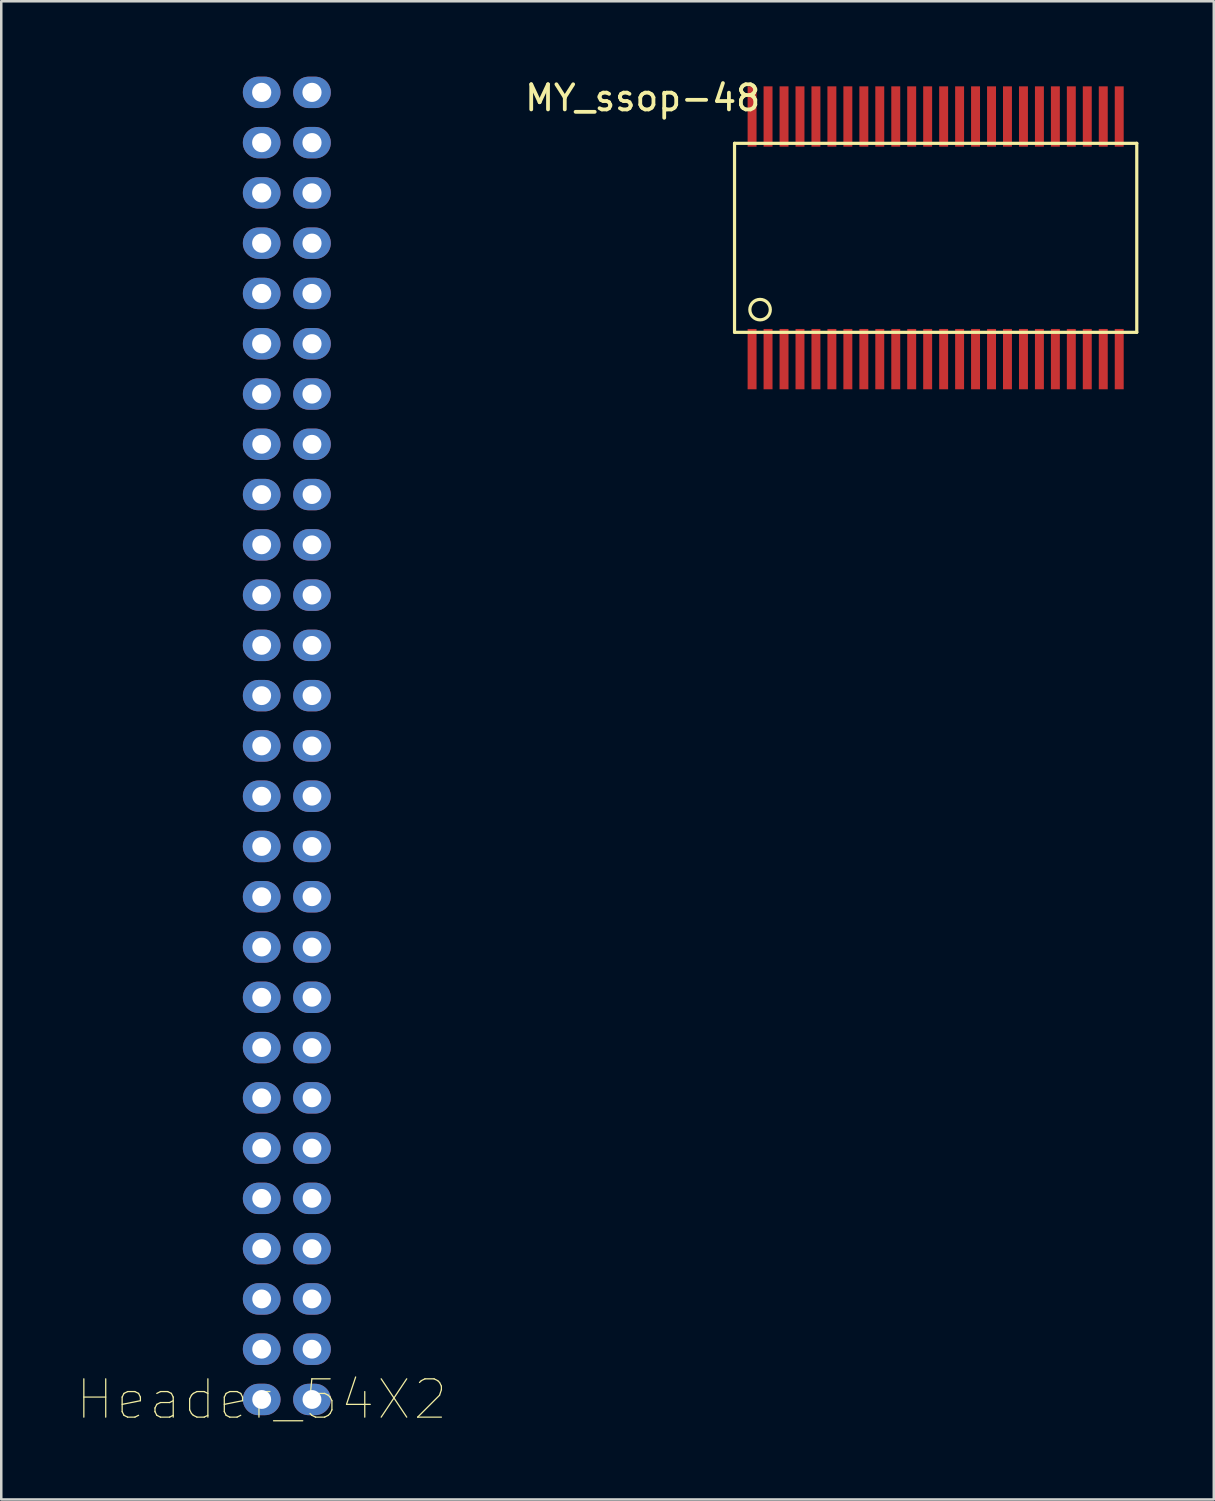
<source format=kicad_pcb>
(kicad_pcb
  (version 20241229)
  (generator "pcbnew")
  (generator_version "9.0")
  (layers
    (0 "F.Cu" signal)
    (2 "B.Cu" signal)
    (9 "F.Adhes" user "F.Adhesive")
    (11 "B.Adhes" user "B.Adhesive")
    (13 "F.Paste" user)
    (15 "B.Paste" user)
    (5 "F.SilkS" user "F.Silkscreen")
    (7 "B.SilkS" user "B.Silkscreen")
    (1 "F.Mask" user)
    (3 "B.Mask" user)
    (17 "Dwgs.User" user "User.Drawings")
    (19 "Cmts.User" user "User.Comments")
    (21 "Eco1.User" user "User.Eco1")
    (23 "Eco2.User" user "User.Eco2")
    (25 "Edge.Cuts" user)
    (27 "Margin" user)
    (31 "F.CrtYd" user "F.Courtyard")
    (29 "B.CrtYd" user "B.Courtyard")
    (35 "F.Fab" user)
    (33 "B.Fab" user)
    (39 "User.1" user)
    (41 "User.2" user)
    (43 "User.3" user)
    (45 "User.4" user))
  (footprint "MY_ssop-48"
    (layer "F.Cu")
    (at 34.173 6.411)
    (property "Reference" "MY_ssop-48" (at -11.656 -5.563 0) (layer "F.SilkS") (effects (font (size 1.001 1.001) (thickness 0.15))))
    (attr smd)
    (fp_line (start -8.001 -3.759) (end -8.001 3.759) (stroke (width 0.127) (type solid)) (layer "F.SilkS"))
    (fp_line (start -8.001 3.759) (end 8.001 3.759) (stroke (width 0.127) (type solid)) (layer "F.SilkS"))
    (fp_line (start 8.001 -3.759) (end -8.001 -3.759) (stroke (width 0.127) (type solid)) (layer "F.SilkS"))
    (fp_line (start 8.001 3.759) (end 8.001 -3.759) (stroke (width 0.127) (type solid)) (layer "F.SilkS"))
    (fp_circle (center -6.985 2.857) (end -7.239 3.175) (stroke (width 0.127) (type solid)) (fill no) (layer "F.SilkS"))
    (pad "1" smd rect (at -7.303 4.826) (size 0.356 2.4) (layers "F.Cu" "F.Mask" "F.Paste"))
    (pad "2" smd rect (at -6.668 4.826) (size 0.356 2.4) (layers "F.Cu" "F.Mask" "F.Paste"))
    (pad "3" smd rect (at -6.032 4.826) (size 0.356 2.4) (layers "F.Cu" "F.Mask" "F.Paste"))
    (pad "4" smd rect (at -5.397 4.826) (size 0.356 2.4) (layers "F.Cu" "F.Mask" "F.Paste"))
    (pad "5" smd rect (at -4.763 4.826) (size 0.356 2.4) (layers "F.Cu" "F.Mask" "F.Paste"))
    (pad "6" smd rect (at -4.128 4.826) (size 0.356 2.4) (layers "F.Cu" "F.Mask" "F.Paste"))
    (pad "7" smd rect (at -3.493 4.826) (size 0.356 2.4) (layers "F.Cu" "F.Mask" "F.Paste"))
    (pad "8" smd rect (at -2.857 4.826) (size 0.356 2.4) (layers "F.Cu" "F.Mask" "F.Paste"))
    (pad "9" smd rect (at -2.223 4.826) (size 0.356 2.4) (layers "F.Cu" "F.Mask" "F.Paste"))
    (pad "10" smd rect (at -1.587 4.826) (size 0.356 2.4) (layers "F.Cu" "F.Mask" "F.Paste"))
    (pad "11" smd rect (at -0.953 4.826) (size 0.356 2.4) (layers "F.Cu" "F.Mask" "F.Paste"))
    (pad "12" smd rect (at -0.318 4.826) (size 0.356 2.4) (layers "F.Cu" "F.Mask" "F.Paste"))
    (pad "13" smd rect (at 0.318 4.826) (size 0.356 2.4) (layers "F.Cu" "F.Mask" "F.Paste"))
    (pad "14" smd rect (at 0.953 4.826) (size 0.356 2.4) (layers "F.Cu" "F.Mask" "F.Paste"))
    (pad "15" smd rect (at 1.587 4.826) (size 0.356 2.4) (layers "F.Cu" "F.Mask" "F.Paste"))
    (pad "16" smd rect (at 2.223 4.826) (size 0.356 2.4) (layers "F.Cu" "F.Mask" "F.Paste"))
    (pad "17" smd rect (at 2.857 4.826) (size 0.356 2.4) (layers "F.Cu" "F.Mask" "F.Paste"))
    (pad "18" smd rect (at 3.493 4.826) (size 0.356 2.4) (layers "F.Cu" "F.Mask" "F.Paste"))
    (pad "19" smd rect (at 4.128 4.826) (size 0.356 2.4) (layers "F.Cu" "F.Mask" "F.Paste"))
    (pad "20" smd rect (at 4.763 4.826) (size 0.356 2.4) (layers "F.Cu" "F.Mask" "F.Paste"))
    (pad "21" smd rect (at 5.397 4.826) (size 0.356 2.4) (layers "F.Cu" "F.Mask" "F.Paste"))
    (pad "22" smd rect (at 6.032 4.826) (size 0.356 2.4) (layers "F.Cu" "F.Mask" "F.Paste"))
    (pad "23" smd rect (at 6.668 4.826) (size 0.356 2.4) (layers "F.Cu" "F.Mask" "F.Paste"))
    (pad "24" smd rect (at 7.303 4.826) (size 0.356 2.4) (layers "F.Cu" "F.Mask" "F.Paste"))
    (pad "25" smd rect (at 7.303 -4.826) (size 0.356 2.4) (layers "F.Cu" "F.Mask" "F.Paste"))
    (pad "26" smd rect (at 6.668 -4.826) (size 0.356 2.4) (layers "F.Cu" "F.Mask" "F.Paste"))
    (pad "27" smd rect (at 6.032 -4.826) (size 0.356 2.4) (layers "F.Cu" "F.Mask" "F.Paste"))
    (pad "28" smd rect (at 5.397 -4.826) (size 0.356 2.4) (layers "F.Cu" "F.Mask" "F.Paste"))
    (pad "29" smd rect (at 4.763 -4.826) (size 0.356 2.4) (layers "F.Cu" "F.Mask" "F.Paste"))
    (pad "30" smd rect (at 4.128 -4.826) (size 0.356 2.4) (layers "F.Cu" "F.Mask" "F.Paste"))
    (pad "31" smd rect (at 3.493 -4.826) (size 0.356 2.4) (layers "F.Cu" "F.Mask" "F.Paste"))
    (pad "32" smd rect (at 2.857 -4.826) (size 0.356 2.4) (layers "F.Cu" "F.Mask" "F.Paste"))
    (pad "33" smd rect (at 2.223 -4.826) (size 0.356 2.4) (layers "F.Cu" "F.Mask" "F.Paste"))
    (pad "34" smd rect (at 1.587 -4.826) (size 0.356 2.4) (layers "F.Cu" "F.Mask" "F.Paste"))
    (pad "35" smd rect (at 0.953 -4.826) (size 0.356 2.4) (layers "F.Cu" "F.Mask" "F.Paste"))
    (pad "36" smd rect (at 0.318 -4.826) (size 0.356 2.4) (layers "F.Cu" "F.Mask" "F.Paste"))
    (pad "37" smd rect (at -0.318 -4.826) (size 0.356 2.4) (layers "F.Cu" "F.Mask" "F.Paste"))
    (pad "38" smd rect (at -0.953 -4.826) (size 0.356 2.4) (layers "F.Cu" "F.Mask" "F.Paste"))
    (pad "39" smd rect (at -1.587 -4.826) (size 0.356 2.4) (layers "F.Cu" "F.Mask" "F.Paste"))
    (pad "40" smd rect (at -2.223 -4.826) (size 0.356 2.4) (layers "F.Cu" "F.Mask" "F.Paste"))
    (pad "41" smd rect (at -2.857 -4.826) (size 0.356 2.4) (layers "F.Cu" "F.Mask" "F.Paste"))
    (pad "42" smd rect (at -3.493 -4.826) (size 0.356 2.4) (layers "F.Cu" "F.Mask" "F.Paste"))
    (pad "43" smd rect (at -4.128 -4.826) (size 0.356 2.4) (layers "F.Cu" "F.Mask" "F.Paste"))
    (pad "44" smd rect (at -4.763 -4.826) (size 0.356 2.4) (layers "F.Cu" "F.Mask" "F.Paste"))
    (pad "45" smd rect (at -5.397 -4.826) (size 0.356 2.4) (layers "F.Cu" "F.Mask" "F.Paste"))
    (pad "46" smd rect (at -6.032 -4.826) (size 0.356 2.4) (layers "F.Cu" "F.Mask" "F.Paste"))
    (pad "47" smd rect (at -6.668 -4.826) (size 0.356 2.4) (layers "F.Cu" "F.Mask" "F.Paste"))
    (pad "48" smd rect (at -7.303 -4.826) (size 0.356 2.4) (layers "F.Cu" "F.Mask" "F.Paste")))
  (footprint "Header_54X2"
    (layer "F.Cu")
    (at 7.361 52.625)
    (property "Reference" "Header_54X2" (at 0 0 0) (layer "F.SilkS") (effects (font (size 1.524 1.524) (thickness 0.05))))
    (attr smd)
    (pad "1" thru_hole oval (at 0 0 180) (size 1.5 1.25) (drill 0.75) (layers "*.Cu"))
    (pad "2" thru_hole oval (at 2 0 180) (size 1.5 1.25) (drill 0.75) (layers "*.Cu"))
    (pad "3" thru_hole oval (at 0 -2 180) (size 1.5 1.25) (drill 0.75) (layers "*.Cu"))
    (pad "4" thru_hole oval (at 2 -2 180) (size 1.5 1.25) (drill 0.75) (layers "*.Cu"))
    (pad "5" thru_hole oval (at 0 -4 180) (size 1.5 1.25) (drill 0.75) (layers "*.Cu"))
    (pad "6" thru_hole oval (at 2 -4 180) (size 1.5 1.25) (drill 0.75) (layers "*.Cu"))
    (pad "7" thru_hole oval (at 0 -6 180) (size 1.5 1.25) (drill 0.75) (layers "*.Cu"))
    (pad "8" thru_hole oval (at 2 -6 180) (size 1.5 1.25) (drill 0.75) (layers "*.Cu"))
    (pad "9" thru_hole oval (at 0 -8 180) (size 1.5 1.25) (drill 0.75) (layers "*.Cu"))
    (pad "10" thru_hole oval (at 2 -8 180) (size 1.5 1.25) (drill 0.75) (layers "*.Cu"))
    (pad "11" thru_hole oval (at 0 -10 180) (size 1.5 1.25) (drill 0.75) (layers "*.Cu"))
    (pad "12" thru_hole oval (at 2 -10 180) (size 1.5 1.25) (drill 0.75) (layers "*.Cu"))
    (pad "13" thru_hole oval (at 0 -12 180) (size 1.5 1.25) (drill 0.75) (layers "*.Cu"))
    (pad "14" thru_hole oval (at 2 -12 180) (size 1.5 1.25) (drill 0.75) (layers "*.Cu"))
    (pad "15" thru_hole oval (at 0 -14 180) (size 1.5 1.25) (drill 0.75) (layers "*.Cu"))
    (pad "16" thru_hole oval (at 2 -14 180) (size 1.5 1.25) (drill 0.75) (layers "*.Cu"))
    (pad "17" thru_hole oval (at 0 -16 180) (size 1.5 1.25) (drill 0.75) (layers "*.Cu"))
    (pad "18" thru_hole oval (at 2 -16 180) (size 1.5 1.25) (drill 0.75) (layers "*.Cu"))
    (pad "19" thru_hole oval (at 0 -18 180) (size 1.5 1.25) (drill 0.75) (layers "*.Cu"))
    (pad "20" thru_hole oval (at 2 -18 180) (size 1.5 1.25) (drill 0.75) (layers "*.Cu"))
    (pad "21" thru_hole oval (at 0 -20 180) (size 1.5 1.25) (drill 0.75) (layers "*.Cu"))
    (pad "22" thru_hole oval (at 2 -20 180) (size 1.5 1.25) (drill 0.75) (layers "*.Cu"))
    (pad "23" thru_hole oval (at 0 -22 180) (size 1.5 1.25) (drill 0.75) (layers "*.Cu"))
    (pad "24" thru_hole oval (at 2 -22 180) (size 1.5 1.25) (drill 0.75) (layers "*.Cu"))
    (pad "25" thru_hole oval (at 0 -24 180) (size 1.5 1.25) (drill 0.75) (layers "*.Cu"))
    (pad "26" thru_hole oval (at 2 -24 180) (size 1.5 1.25) (drill 0.75) (layers "*.Cu"))
    (pad "27" thru_hole oval (at 0 -26 180) (size 1.5 1.25) (drill 0.75) (layers "*.Cu"))
    (pad "28" thru_hole oval (at 2 -26 180) (size 1.5 1.25) (drill 0.75) (layers "*.Cu"))
    (pad "29" thru_hole oval (at 0 -28 180) (size 1.5 1.25) (drill 0.75) (layers "*.Cu"))
    (pad "30" thru_hole oval (at 2 -28 180) (size 1.5 1.25) (drill 0.75) (layers "*.Cu"))
    (pad "31" thru_hole oval (at 0 -30 180) (size 1.5 1.25) (drill 0.75) (layers "*.Cu"))
    (pad "32" thru_hole oval (at 2 -30 180) (size 1.5 1.25) (drill 0.75) (layers "*.Cu"))
    (pad "33" thru_hole oval (at 0 -32 180) (size 1.5 1.25) (drill 0.75) (layers "*.Cu"))
    (pad "34" thru_hole oval (at 2 -32 180) (size 1.5 1.25) (drill 0.75) (layers "*.Cu"))
    (pad "35" thru_hole oval (at 0 -34 180) (size 1.5 1.25) (drill 0.75) (layers "*.Cu"))
    (pad "36" thru_hole oval (at 2 -34 180) (size 1.5 1.25) (drill 0.75) (layers "*.Cu"))
    (pad "37" thru_hole oval (at 0 -36 180) (size 1.5 1.25) (drill 0.75) (layers "*.Cu"))
    (pad "38" thru_hole oval (at 2 -36 180) (size 1.5 1.25) (drill 0.75) (layers "*.Cu"))
    (pad "39" thru_hole oval (at 0 -38 180) (size 1.5 1.25) (drill 0.75) (layers "*.Cu"))
    (pad "40" thru_hole oval (at 2 -38 180) (size 1.5 1.25) (drill 0.75) (layers "*.Cu"))
    (pad "41" thru_hole oval (at 0 -40) (size 1.5 1.25) (drill 0.762) (layers "*.Cu"))
    (pad "42" thru_hole oval (at 2 -40) (size 1.5 1.25) (drill 0.762) (layers "*.Cu"))
    (pad "43" thru_hole oval (at 0 -42) (size 1.5 1.25) (drill 0.762) (layers "*.Cu"))
    (pad "44" thru_hole oval (at 2 -42) (size 1.5 1.25) (drill 0.762) (layers "*.Cu"))
    (pad "45" thru_hole oval (at 0 -44) (size 1.5 1.25) (drill 0.762) (layers "*.Cu"))
    (pad "46" thru_hole oval (at 2 -44) (size 1.5 1.25) (drill 0.762) (layers "*.Cu"))
    (pad "47" thru_hole oval (at 0 -46) (size 1.5 1.25) (drill 0.762) (layers "*.Cu"))
    (pad "48" thru_hole oval (at 2 -46) (size 1.5 1.25) (drill 0.762) (layers "*.Cu"))
    (pad "49" thru_hole oval (at 0 -48) (size 1.5 1.25) (drill 0.762) (layers "*.Cu"))
    (pad "50" thru_hole oval (at 2 -48) (size 1.5 1.25) (drill 0.762) (layers "*.Cu"))
    (pad "51" thru_hole oval (at 0 -50) (size 1.5 1.25) (drill 0.762) (layers "*.Cu"))
    (pad "52" thru_hole oval (at 2 -50) (size 1.5 1.25) (drill 0.762) (layers "*.Cu"))
    (pad "53" thru_hole oval (at 0 -52) (size 1.5 1.25) (drill 0.762) (layers "*.Cu"))
    (pad "54" thru_hole oval (at 2 -52) (size 1.5 1.25) (drill 0.762) (layers "*.Cu")))
  (gr_rect
    (start -3 -3)
    (end 45.238 56.604)
    (stroke (width 0.1) (type default))
    (fill no)
    (layer "Edge.Cuts")))
</source>
